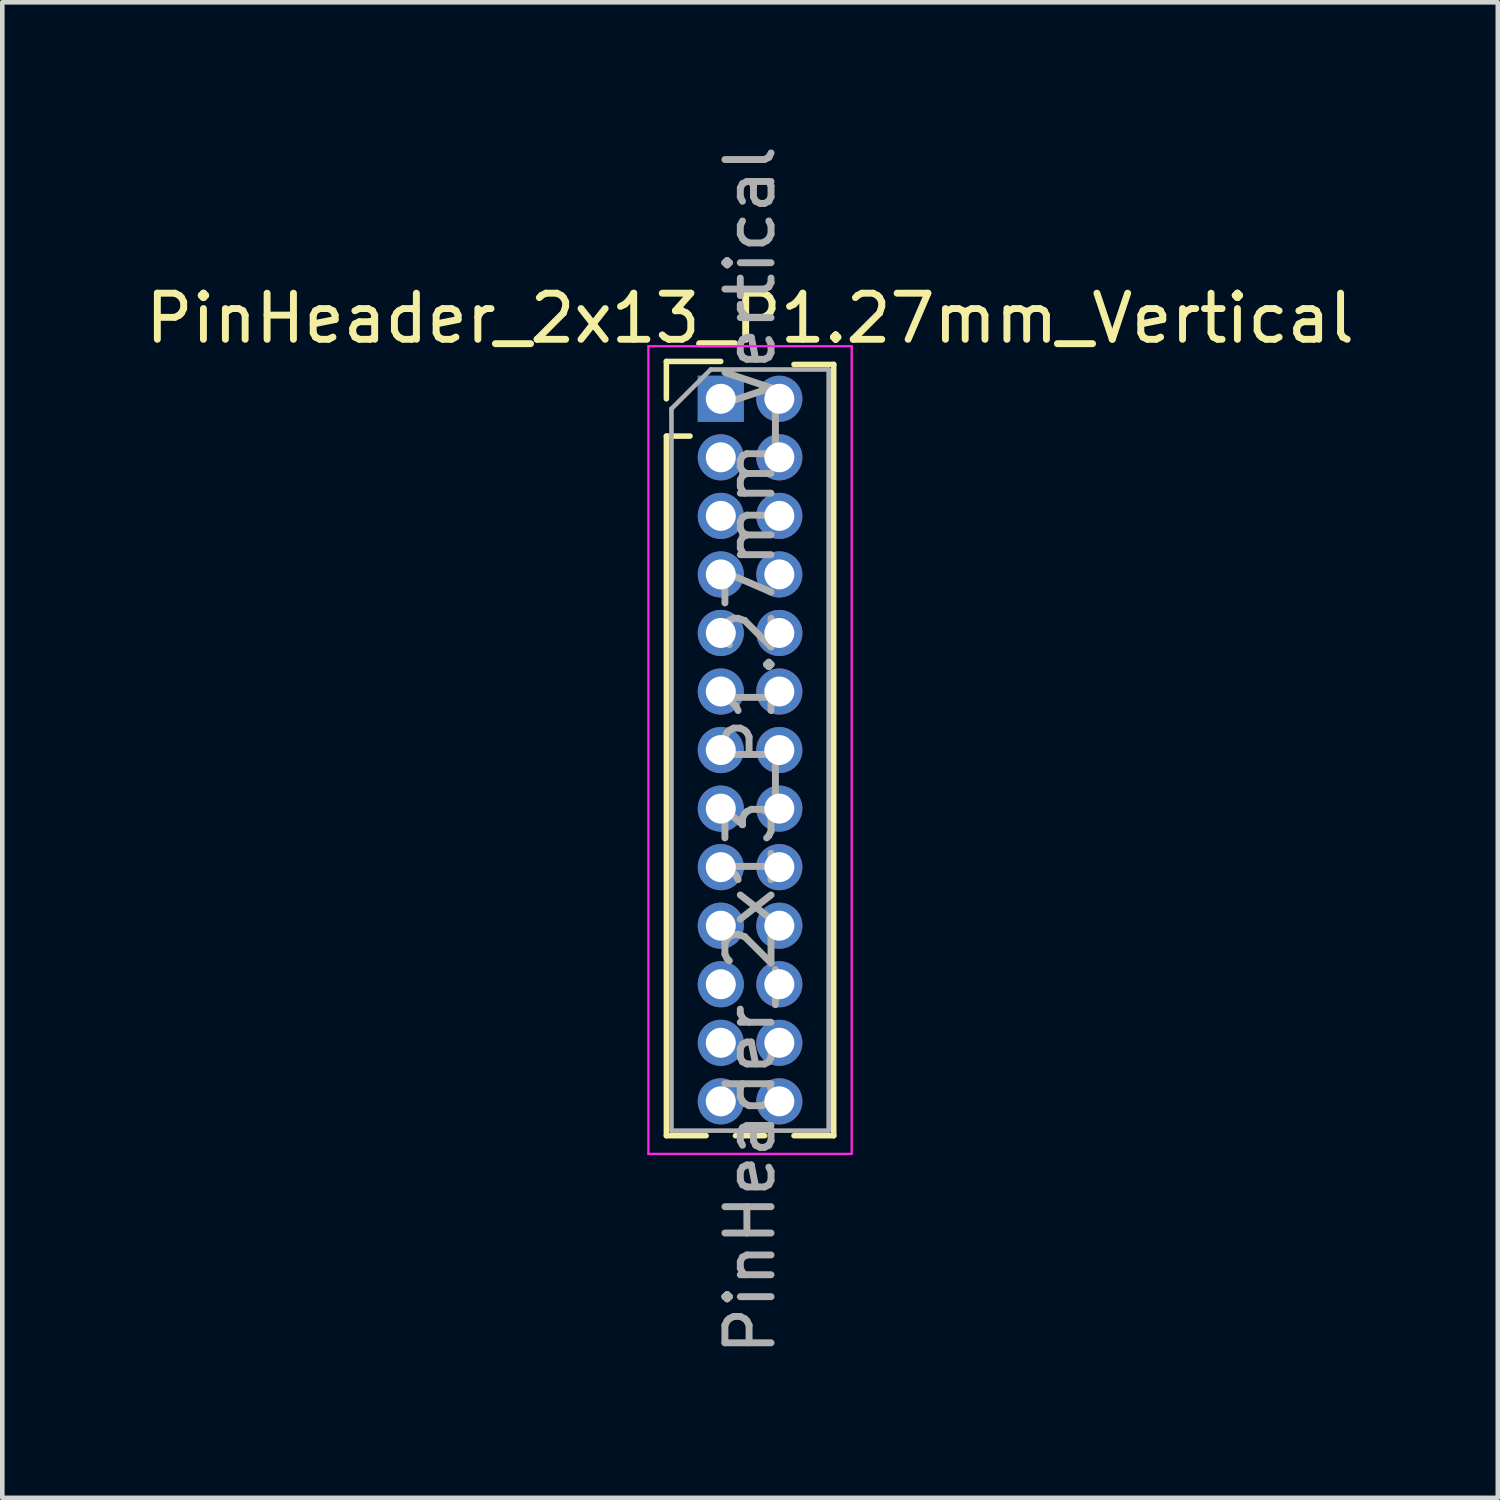
<source format=kicad_pcb>
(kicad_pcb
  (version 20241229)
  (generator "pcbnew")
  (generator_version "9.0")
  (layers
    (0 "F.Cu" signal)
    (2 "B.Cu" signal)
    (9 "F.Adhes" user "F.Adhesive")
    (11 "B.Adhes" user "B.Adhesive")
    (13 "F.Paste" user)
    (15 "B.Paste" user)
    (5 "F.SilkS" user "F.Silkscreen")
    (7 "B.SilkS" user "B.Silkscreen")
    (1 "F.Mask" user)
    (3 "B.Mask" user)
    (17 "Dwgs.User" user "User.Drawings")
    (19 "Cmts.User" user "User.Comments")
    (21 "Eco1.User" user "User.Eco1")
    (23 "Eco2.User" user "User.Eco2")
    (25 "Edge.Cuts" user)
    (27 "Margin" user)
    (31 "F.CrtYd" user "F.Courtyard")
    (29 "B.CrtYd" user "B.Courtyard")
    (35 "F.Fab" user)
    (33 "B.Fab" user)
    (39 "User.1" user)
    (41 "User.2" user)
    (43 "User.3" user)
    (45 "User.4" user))
  (footprint "PinHeader_2x13_P1.27mm_Vertical"
    (layer "F.Cu")
    (at 12.585 5.6)
    (property "Reference" "PinHeader_2x13_P1.27mm_Vertical" (at 0.635 -1.745 0) (layer "F.SilkS") (effects (font (size 1 1) (thickness 0.15))))
    (attr through_hole)
    (fp_line (start -1.18 -0.81) (end 0 -0.81) (stroke (width 0.12) (type solid)) (layer "F.SilkS"))
    (fp_line (start -1.18 0) (end -1.18 -0.81) (stroke (width 0.12) (type solid)) (layer "F.SilkS"))
    (fp_line (start -1.18 0.81) (end -1.18 15.985) (stroke (width 0.12) (type solid)) (layer "F.SilkS"))
    (fp_line (start -1.18 0.81) (end -0.667 0.81) (stroke (width 0.12) (type solid)) (layer "F.SilkS"))
    (fp_line (start -1.18 15.985) (end -0.318 15.985) (stroke (width 0.12) (type solid)) (layer "F.SilkS"))
    (fp_line (start 0.318 15.985) (end 0.952 15.985) (stroke (width 0.12) (type solid)) (layer "F.SilkS"))
    (fp_line (start 1.588 -0.745) (end 2.45 -0.745) (stroke (width 0.12) (type solid)) (layer "F.SilkS"))
    (fp_line (start 1.588 15.985) (end 2.45 15.985) (stroke (width 0.12) (type solid)) (layer "F.SilkS"))
    (fp_line (start 2.45 -0.745) (end 2.45 15.985) (stroke (width 0.12) (type solid)) (layer "F.SilkS"))
    (fp_line (start -1.57 -1.14) (end -1.57 16.38) (stroke (width 0.05) (type solid)) (layer "F.CrtYd"))
    (fp_line (start -1.57 16.38) (end 2.84 16.38) (stroke (width 0.05) (type solid)) (layer "F.CrtYd"))
    (fp_line (start 2.84 -1.14) (end -1.57 -1.14) (stroke (width 0.05) (type solid)) (layer "F.CrtYd"))
    (fp_line (start 2.84 16.38) (end 2.84 -1.14) (stroke (width 0.05) (type solid)) (layer "F.CrtYd"))
    (fp_line (start -1.07 0.217) (end -0.217 -0.635) (stroke (width 0.1) (type solid)) (layer "F.Fab"))
    (fp_line (start -1.07 15.875) (end -1.07 0.217) (stroke (width 0.1) (type solid)) (layer "F.Fab"))
    (fp_line (start -0.217 -0.635) (end 2.34 -0.635) (stroke (width 0.1) (type solid)) (layer "F.Fab"))
    (fp_line (start 2.34 -0.635) (end 2.34 15.875) (stroke (width 0.1) (type solid)) (layer "F.Fab"))
    (fp_line (start 2.34 15.875) (end -1.07 15.875) (stroke (width 0.1) (type solid)) (layer "F.Fab"))
    (fp_text user "${REFERENCE}" (at 0.635 7.62 90) (layer "F.Fab") (effects (font (size 1 1) (thickness 0.15))))
    (pad "1" thru_hole rect (at 0 0) (size 1 1) (drill 0.65) (layers "*.Cu" "*.Mask"))
    (pad "2" thru_hole circle (at 1.27 0) (size 1 1) (drill 0.65) (layers "*.Cu" "*.Mask"))
    (pad "3" thru_hole circle (at 0 1.27) (size 1 1) (drill 0.65) (layers "*.Cu" "*.Mask"))
    (pad "4" thru_hole circle (at 1.27 1.27) (size 1 1) (drill 0.65) (layers "*.Cu" "*.Mask"))
    (pad "5" thru_hole circle (at 0 2.54) (size 1 1) (drill 0.65) (layers "*.Cu" "*.Mask"))
    (pad "6" thru_hole circle (at 1.27 2.54) (size 1 1) (drill 0.65) (layers "*.Cu" "*.Mask"))
    (pad "7" thru_hole circle (at 0 3.81) (size 1 1) (drill 0.65) (layers "*.Cu" "*.Mask"))
    (pad "8" thru_hole circle (at 1.27 3.81) (size 1 1) (drill 0.65) (layers "*.Cu" "*.Mask"))
    (pad "9" thru_hole circle (at 0 5.08) (size 1 1) (drill 0.65) (layers "*.Cu" "*.Mask"))
    (pad "10" thru_hole circle (at 1.27 5.08) (size 1 1) (drill 0.65) (layers "*.Cu" "*.Mask"))
    (pad "11" thru_hole circle (at 0 6.35) (size 1 1) (drill 0.65) (layers "*.Cu" "*.Mask"))
    (pad "12" thru_hole circle (at 1.27 6.35) (size 1 1) (drill 0.65) (layers "*.Cu" "*.Mask"))
    (pad "13" thru_hole circle (at 0 7.62) (size 1 1) (drill 0.65) (layers "*.Cu" "*.Mask"))
    (pad "14" thru_hole circle (at 1.27 7.62) (size 1 1) (drill 0.65) (layers "*.Cu" "*.Mask"))
    (pad "15" thru_hole circle (at 0 8.89) (size 1 1) (drill 0.65) (layers "*.Cu" "*.Mask"))
    (pad "16" thru_hole circle (at 1.27 8.89) (size 1 1) (drill 0.65) (layers "*.Cu" "*.Mask"))
    (pad "17" thru_hole circle (at 0 10.16) (size 1 1) (drill 0.65) (layers "*.Cu" "*.Mask"))
    (pad "18" thru_hole circle (at 1.27 10.16) (size 1 1) (drill 0.65) (layers "*.Cu" "*.Mask"))
    (pad "19" thru_hole circle (at 0 11.43) (size 1 1) (drill 0.65) (layers "*.Cu" "*.Mask"))
    (pad "20" thru_hole circle (at 1.27 11.43) (size 1 1) (drill 0.65) (layers "*.Cu" "*.Mask"))
    (pad "21" thru_hole circle (at 0 12.7) (size 1 1) (drill 0.65) (layers "*.Cu" "*.Mask"))
    (pad "22" thru_hole circle (at 1.27 12.7) (size 1 1) (drill 0.65) (layers "*.Cu" "*.Mask"))
    (pad "23" thru_hole circle (at 0 13.97) (size 1 1) (drill 0.65) (layers "*.Cu" "*.Mask"))
    (pad "24" thru_hole circle (at 1.27 13.97) (size 1 1) (drill 0.65) (layers "*.Cu" "*.Mask"))
    (pad "25" thru_hole circle (at 0 15.24) (size 1 1) (drill 0.65) (layers "*.Cu" "*.Mask"))
    (pad "26" thru_hole circle (at 1.27 15.24) (size 1 1) (drill 0.65) (layers "*.Cu" "*.Mask")))
  (gr_rect
    (start -3 -3)
    (end 29.44 29.44)
    (stroke (width 0.1) (type default))
    (fill no)
    (layer "Edge.Cuts")))
</source>
